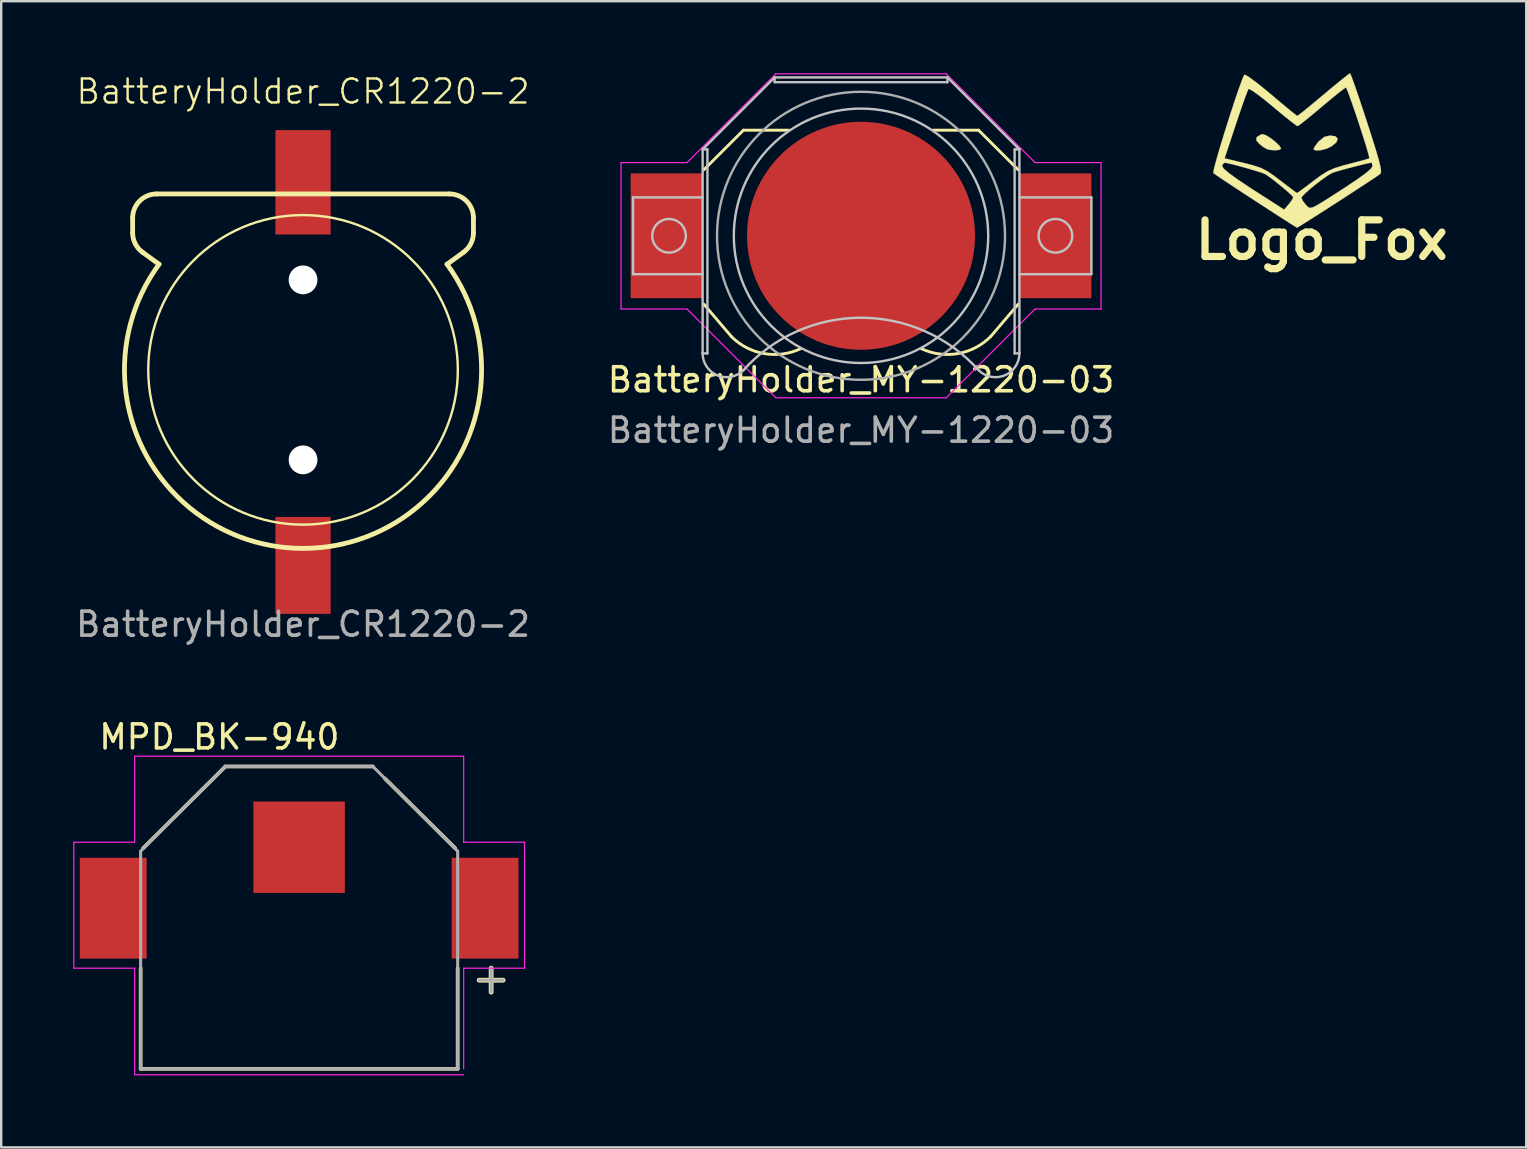
<source format=kicad_pcb>
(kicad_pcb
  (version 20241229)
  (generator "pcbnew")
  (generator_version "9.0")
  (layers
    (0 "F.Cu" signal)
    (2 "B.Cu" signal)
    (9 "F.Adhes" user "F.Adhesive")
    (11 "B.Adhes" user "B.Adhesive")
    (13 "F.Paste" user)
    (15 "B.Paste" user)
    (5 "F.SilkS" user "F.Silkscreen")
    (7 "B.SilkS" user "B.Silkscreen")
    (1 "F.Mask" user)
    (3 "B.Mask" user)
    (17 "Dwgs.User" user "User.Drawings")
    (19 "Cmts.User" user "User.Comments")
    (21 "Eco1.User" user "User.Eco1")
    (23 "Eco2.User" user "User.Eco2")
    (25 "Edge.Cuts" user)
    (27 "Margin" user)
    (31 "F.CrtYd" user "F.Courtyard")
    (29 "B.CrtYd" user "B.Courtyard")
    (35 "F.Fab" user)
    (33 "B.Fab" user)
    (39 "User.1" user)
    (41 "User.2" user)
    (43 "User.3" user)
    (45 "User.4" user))
  (footprint "Logo_Fox"
    (layer "F.Cu")
    (at 52.023 6.946)
    (property "Reference" "Logo_Fox" (at 0 0 0) (layer "F.SilkS") (effects (font (size 1.524 1.524) (thickness 0.3))))
    (attr through_hole)
    (fp_poly (pts (xy 0.576 -4.316) (xy 0.666 -4.214) (xy 0.611 -4.065) (xy 0.408 -3.897) (xy 0.193 -3.798) (xy -0.036 -3.738) (xy -0.228 -3.724) (xy -0.33 -3.765) (xy -0.336 -3.789) (xy -0.285 -3.891) (xy -0.163 -4.059) (xy -0.136 -4.093) (xy 0.106 -4.291) (xy 0.345 -4.347) (xy 0.576 -4.316)) (stroke (width 0.01) (type solid)) (fill yes) (layer "F.SilkS"))
    (fp_poly (pts (xy -2.303 -4.351) (xy -2.104 -4.223) (xy -1.902 -4.061) (xy -1.748 -3.904) (xy -1.693 -3.801) (xy -1.766 -3.751) (xy -1.939 -3.734) (xy -2.149 -3.75) (xy -2.286 -3.785) (xy -2.44 -3.874) (xy -2.602 -4.004) (xy -2.726 -4.151) (xy -2.715 -4.266) (xy -2.698 -4.289) (xy -2.537 -4.388) (xy -2.448 -4.403) (xy -2.303 -4.351)) (stroke (width 0.01) (type solid)) (fill yes) (layer "F.SilkS"))
    (fp_poly (pts (xy 1.218 -6.864) (xy 1.3 -6.647) (xy 1.419 -6.311) (xy 1.566 -5.879) (xy 1.736 -5.371) (xy 1.891 -4.898) (xy 2.098 -4.253) (xy 2.255 -3.751) (xy 2.366 -3.373) (xy 2.435 -3.102) (xy 2.468 -2.919) (xy 2.468 -2.809) (xy 2.441 -2.752) (xy 2.345 -2.683) (xy 2.135 -2.541) (xy 1.834 -2.342) (xy 1.466 -2.101) (xy 1.055 -1.833) (xy 0.625 -1.555) (xy 0.199 -1.281) (xy -0.199 -1.027) (xy -0.545 -0.807) (xy -0.814 -0.638) (xy -0.984 -0.535) (xy -1.032 -0.51) (xy -1.107 -0.555) (xy -1.305 -0.68) (xy -1.604 -0.871) (xy -1.986 -1.117) (xy -2.43 -1.405) (xy -2.747 -1.611) (xy -3.226 -1.923) (xy -3.658 -2.207) (xy -4.024 -2.45) (xy -4.302 -2.637) (xy -4.472 -2.754) (xy -4.514 -2.786) (xy -4.506 -2.88) (xy -4.461 -3.069) (xy -4.148 -3.069) (xy -4.073 -2.959) (xy -3.851 -2.771) (xy -3.483 -2.506) (xy -2.973 -2.166) (xy -2.857 -2.091) (xy -1.566 -1.261) (xy -1.376 -1.482) (xy -1.247 -1.651) (xy -1.193 -1.755) (xy -0.847 -1.755) (xy -0.793 -1.632) (xy -0.666 -1.469) (xy -0.599 -1.397) (xy -0.54 -1.348) (xy -0.468 -1.333) (xy -0.362 -1.361) (xy -0.202 -1.44) (xy 0.031 -1.579) (xy 0.36 -1.787) (xy 0.804 -2.074) (xy 1.001 -2.201) (xy 1.488 -2.526) (xy 1.84 -2.782) (xy 2.05 -2.966) (xy 2.116 -3.069) (xy 2.093 -3.195) (xy 2.067 -3.217) (xy 1.944 -3.196) (xy 1.706 -3.141) (xy 1.399 -3.064) (xy 1.071 -2.978) (xy 0.768 -2.895) (xy 0.539 -2.827) (xy 0.446 -2.794) (xy 0.274 -2.697) (xy 0.038 -2.534) (xy -0.226 -2.334) (xy -0.481 -2.126) (xy -0.692 -1.938) (xy -0.822 -1.801) (xy -0.847 -1.755) (xy -1.193 -1.755) (xy -1.186 -1.768) (xy -1.185 -1.775) (xy -1.247 -1.852) (xy -1.407 -2) (xy -1.63 -2.191) (xy -1.88 -2.394) (xy -2.12 -2.58) (xy -2.314 -2.717) (xy -2.351 -2.741) (xy -2.482 -2.793) (xy -2.729 -2.873) (xy -3.045 -2.967) (xy -3.383 -3.061) (xy -3.695 -3.143) (xy -3.933 -3.199) (xy -4.043 -3.216) (xy -4.132 -3.148) (xy -4.148 -3.069) (xy -4.461 -3.069) (xy -4.452 -3.108) (xy -4.372 -3.398) (xy -4.047 -3.398) (xy -3.23 -3.202) (xy -2.831 -3.099) (xy -2.532 -2.997) (xy -2.274 -2.866) (xy -1.993 -2.677) (xy -1.736 -2.481) (xy -1.449 -2.261) (xy -1.217 -2.086) (xy -1.068 -1.977) (xy -1.03 -1.952) (xy -0.956 -1.998) (xy -0.778 -2.127) (xy -0.528 -2.315) (xy -0.353 -2.449) (xy -0.023 -2.694) (xy 0.249 -2.863) (xy 0.527 -2.986) (xy 0.872 -3.094) (xy 1.129 -3.161) (xy 1.479 -3.252) (xy 1.761 -3.329) (xy 1.939 -3.383) (xy 1.983 -3.401) (xy 1.969 -3.491) (xy 1.91 -3.709) (xy 1.815 -4.024) (xy 1.695 -4.404) (xy 1.56 -4.82) (xy 1.42 -5.24) (xy 1.286 -5.632) (xy 1.167 -5.967) (xy 1.075 -6.213) (xy 1.018 -6.34) (xy 1.009 -6.35) (xy 0.925 -6.298) (xy 0.738 -6.155) (xy 0.472 -5.94) (xy 0.15 -5.672) (xy 0 -5.546) (xy -0.338 -5.262) (xy -0.631 -5.022) (xy -0.856 -4.845) (xy -0.987 -4.751) (xy -1.008 -4.741) (xy -1.091 -4.793) (xy -1.279 -4.936) (xy -1.547 -5.15) (xy -1.87 -5.417) (xy -2.029 -5.55) (xy -2.368 -5.829) (xy -2.664 -6.057) (xy -2.89 -6.217) (xy -3.025 -6.291) (xy -3.049 -6.291) (xy -3.095 -6.192) (xy -3.183 -5.959) (xy -3.304 -5.62) (xy -3.448 -5.202) (xy -3.579 -4.811) (xy -4.047 -3.398) (xy -4.372 -3.398) (xy -4.36 -3.442) (xy -4.239 -3.858) (xy -4.096 -4.327) (xy -3.941 -4.823) (xy -3.782 -5.32) (xy -3.627 -5.791) (xy -3.485 -6.21) (xy -3.363 -6.55) (xy -3.271 -6.784) (xy -3.22 -6.883) (xy -3.138 -6.854) (xy -2.952 -6.73) (xy -2.684 -6.528) (xy -2.356 -6.266) (xy -2.108 -6.059) (xy -1.753 -5.759) (xy -1.444 -5.502) (xy -1.204 -5.307) (xy -1.054 -5.191) (xy -1.016 -5.167) (xy -0.94 -5.218) (xy -0.758 -5.362) (xy -0.492 -5.578) (xy -0.165 -5.85) (xy 0.08 -6.055) (xy 0.436 -6.353) (xy 0.747 -6.608) (xy 0.99 -6.803) (xy 1.141 -6.918) (xy 1.18 -6.941) (xy 1.218 -6.864)) (stroke (width 0.01) (type solid)) (fill yes) (layer "F.SilkS")))
  (footprint "BatteryHolder_MY-1220-03"
    (layer "F.Cu")
    (at 32.827 6.775)
    (property "Reference" "BatteryHolder_MY-1220-03" (at 0 6 0) (layer "F.SilkS") (effects (font (size 1 1) (thickness 0.15))))
    (attr smd)
    (fp_line (start -6.55 -2.75) (end -4.9 -4.4) (stroke (width 0.12) (type solid)) (layer "F.SilkS"))
    (fp_line (start -6.55 2.85) (end -5.4 4.2) (stroke (width 0.12) (type solid)) (layer "F.SilkS"))
    (fp_line (start -4.9 -4.4) (end -3 -4.4) (stroke (width 0.12) (type solid)) (layer "F.SilkS"))
    (fp_line (start 4.9 -4.4) (end 3 -4.4) (stroke (width 0.12) (type solid)) (layer "F.SilkS"))
    (fp_line (start 4.9 -4.4) (end 6.55 -2.75) (stroke (width 0.12) (type solid)) (layer "F.SilkS"))
    (fp_line (start 6.55 2.85) (end 5.4 4.2) (stroke (width 0.12) (type solid)) (layer "F.SilkS"))
    (fp_arc (start -2.504098 4.697607) (mid -4.031094 4.908816) (end -5.4 4.2) (stroke (width 0.12) (type solid)) (layer "F.SilkS"))
    (fp_arc (start 5.4 4.2) (mid 4.029781 4.909041) (end 2.501694 4.696459) (stroke (width 0.12) (type solid)) (layer "F.SilkS"))
    (fp_line (start -9.5 -1.6) (end -9.5 1.6) (stroke (width 0.1) (type default)) (layer "Dwgs.User"))
    (fp_line (start -9.5 -1.6) (end -6.6 -1.6) (stroke (width 0.1) (type default)) (layer "Dwgs.User"))
    (fp_line (start -9.5 1.6) (end -6.6 1.6) (stroke (width 0.1) (type default)) (layer "Dwgs.User"))
    (fp_line (start -6.6 -3.6) (end -6.6 4.9) (stroke (width 0.1) (type default)) (layer "Dwgs.User"))
    (fp_line (start -6.6 -3.6) (end -6.4 -3.6) (stroke (width 0.1) (type default)) (layer "Dwgs.User"))
    (fp_line (start -6.6 -3.6) (end -3.6 -6.6) (stroke (width 0.1) (type default)) (layer "Dwgs.User"))
    (fp_line (start -6.4 -3.6) (end -6.4 4.9) (stroke (width 0.1) (type default)) (layer "Dwgs.User"))
    (fp_line (start -6.4 4.9) (end -6.6 4.9) (stroke (width 0.1) (type default)) (layer "Dwgs.User"))
    (fp_line (start -3.6 -6.6) (end -3.6 -6.4) (stroke (width 0.1) (type default)) (layer "Dwgs.User"))
    (fp_line (start -3.6 -6.6) (end 3.6 -6.6) (stroke (width 0.1) (type default)) (layer "Dwgs.User"))
    (fp_line (start -3.6 -6.4) (end 3.6 -6.4) (stroke (width 0.1) (type default)) (layer "Dwgs.User"))
    (fp_line (start 3.6 -6.6) (end 6.6 -3.6) (stroke (width 0.1) (type default)) (layer "Dwgs.User"))
    (fp_line (start 3.6 -6.4) (end 3.6 -6.6) (stroke (width 0.1) (type default)) (layer "Dwgs.User"))
    (fp_line (start 6.4 -3.6) (end 6.4 4.9) (stroke (width 0.1) (type default)) (layer "Dwgs.User"))
    (fp_line (start 6.4 -3.6) (end 6.6 -3.6) (stroke (width 0.1) (type default)) (layer "Dwgs.User"))
    (fp_line (start 6.4 4.9) (end 6.6 4.9) (stroke (width 0.1) (type default)) (layer "Dwgs.User"))
    (fp_line (start 6.6 -3.6) (end 6.6 4.9) (stroke (width 0.1) (type default)) (layer "Dwgs.User"))
    (fp_line (start 6.6 -1.6) (end 9.6 -1.6) (stroke (width 0.1) (type default)) (layer "Dwgs.User"))
    (fp_line (start 9.6 -1.6) (end 9.6 1.6) (stroke (width 0.1) (type default)) (layer "Dwgs.User"))
    (fp_line (start 9.6 1.6) (end 6.6 1.6) (stroke (width 0.1) (type default)) (layer "Dwgs.User"))
    (fp_arc (start -4.9 5.6) (mid -5.983862 5.817951) (end -6.6 4.9) (stroke (width 0.1) (type default)) (layer "Dwgs.User"))
    (fp_arc (start -4.9 5.6) (mid 0 3.41441) (end 4.9 5.6) (stroke (width 0.1) (type default)) (layer "Dwgs.User"))
    (fp_arc (start 6.6 4.9) (mid 5.983862 5.817951) (end 4.9 5.6) (stroke (width 0.1) (type default)) (layer "Dwgs.User"))
    (fp_circle (center -8 0) (end -8 0.7) (stroke (width 0.1) (type default)) (fill no) (layer "Dwgs.User"))
    (fp_circle (center 0 0) (end 5.3 0) (stroke (width 0.1) (type default)) (fill no) (layer "Dwgs.User"))
    (fp_circle (center 8.1 0) (end 8.1 0.7) (stroke (width 0.1) (type default)) (fill no) (layer "Dwgs.User"))
    (fp_line (start -10 -3.05) (end -7.25 -3.05) (stroke (width 0.05) (type solid)) (layer "F.CrtYd"))
    (fp_line (start -10 3.05) (end -10 -3.05) (stroke (width 0.05) (type solid)) (layer "F.CrtYd"))
    (fp_line (start -10 3.05) (end -7.25 3.05) (stroke (width 0.05) (type solid)) (layer "F.CrtYd"))
    (fp_line (start -7.25 -3.05) (end -3.55 -6.75) (stroke (width 0.05) (type solid)) (layer "F.CrtYd"))
    (fp_line (start -3.55 -6.75) (end 3.55 -6.75) (stroke (width 0.05) (type solid)) (layer "F.CrtYd"))
    (fp_line (start -3.55 6.75) (end -7.25 3.05) (stroke (width 0.05) (type solid)) (layer "F.CrtYd"))
    (fp_line (start -3.55 6.75) (end 3.55 6.75) (stroke (width 0.05) (type solid)) (layer "F.CrtYd"))
    (fp_line (start 3.55 -6.75) (end 7.25 -3.05) (stroke (width 0.05) (type solid)) (layer "F.CrtYd"))
    (fp_line (start 3.55 6.75) (end 7.25 3.05) (stroke (width 0.05) (type solid)) (layer "F.CrtYd"))
    (fp_line (start 7.25 -3.05) (end 10 -3.05) (stroke (width 0.05) (type solid)) (layer "F.CrtYd"))
    (fp_line (start 10 -3.05) (end 10 3.05) (stroke (width 0.05) (type solid)) (layer "F.CrtYd"))
    (fp_line (start 10 3.05) (end 7.25 3.05) (stroke (width 0.05) (type solid)) (layer "F.CrtYd"))
    (fp_circle (center 0 0) (end 6 0) (stroke (width 0.1) (type solid)) (fill no) (layer "F.Fab"))
    (fp_text user "${REFERENCE}" (at 0 8.1 0) (layer "F.Fab") (effects (font (size 1 1) (thickness 0.15))))
    (pad "1" smd rect (at -8.1 0) (size 3 5.2) (layers "F.Cu" "F.Mask" "F.Paste"))
    (pad "1" smd rect (at 8.1 0) (size 3 5.2) (layers "F.Cu" "F.Mask" "F.Paste"))
    (pad "2" smd circle (at 0 0) (size 9.5 9.5) (layers "F.Cu" "F.Mask")))
  (footprint "MPD_BK-940"
    (layer "F.Cu")
    (at 9.415 34.792)
    (property "Reference" "MPD_BK-940" (at -3.325 -7.135 0) (layer "F.SilkS") (effects (font (size 1 1) (thickness 0.15))))
    (attr smd)
    (fp_line (start -6.605 2.5) (end -6.605 6.693) (stroke (width 0.153) (type solid)) (layer "F.SilkS"))
    (fp_line (start -6.605 6.693) (end 6.605 6.693) (stroke (width 0.153) (type solid)) (layer "F.SilkS"))
    (fp_line (start -3.073 -5.905) (end -6.5 -2.5) (stroke (width 0.153) (type solid)) (layer "F.SilkS"))
    (fp_line (start -3.073 -5.905) (end 3.073 -5.905) (stroke (width 0.153) (type solid)) (layer "F.SilkS"))
    (fp_line (start 3.573 -5.405) (end 6.5 -2.5) (stroke (width 0.153) (type solid)) (layer "F.SilkS"))
    (fp_line (start 6.605 2.5) (end 6.605 6.693) (stroke (width 0.153) (type solid)) (layer "F.SilkS"))
    (fp_line (start 7.5 3) (end 8.5 3) (stroke (width 0.2) (type solid)) (layer "F.SilkS"))
    (fp_line (start 8 2.5) (end 8 3.5) (stroke (width 0.2) (type solid)) (layer "F.SilkS"))
    (fp_line (start -9.39 -2.75) (end -9.39 2.5) (stroke (width 0.05) (type solid)) (layer "F.CrtYd"))
    (fp_line (start -9.39 -2.75) (end -6.855 -2.75) (stroke (width 0.05) (type solid)) (layer "F.CrtYd"))
    (fp_line (start -6.855 -6.333) (end 6.855 -6.333) (stroke (width 0.05) (type solid)) (layer "F.CrtYd"))
    (fp_line (start -6.855 -2.75) (end -6.855 -6.333) (stroke (width 0.05) (type solid)) (layer "F.CrtYd"))
    (fp_line (start -6.855 2.5) (end -9.39 2.5) (stroke (width 0.05) (type solid)) (layer "F.CrtYd"))
    (fp_line (start -6.855 6.943) (end -6.855 2.5) (stroke (width 0.05) (type solid)) (layer "F.CrtYd"))
    (fp_line (start 6.855 -6.333) (end 6.855 -2.75) (stroke (width 0.05) (type solid)) (layer "F.CrtYd"))
    (fp_line (start 6.855 -2.75) (end 9.39 -2.75) (stroke (width 0.05) (type solid)) (layer "F.CrtYd"))
    (fp_line (start 6.855 2.5) (end 9.39 2.5) (stroke (width 0.05) (type solid)) (layer "F.CrtYd"))
    (fp_line (start 6.855 6.693) (end 6.855 2.5) (stroke (width 0.05) (type solid)) (layer "F.CrtYd"))
    (fp_line (start 6.855 6.943) (end -6.855 6.943) (stroke (width 0.05) (type solid)) (layer "F.CrtYd"))
    (fp_line (start 9.39 -2.75) (end 9.39 2.5) (stroke (width 0.05) (type solid)) (layer "F.CrtYd"))
    (fp_line (start -6.605 -2.374) (end -6.605 6.693) (stroke (width 0.127) (type solid)) (layer "F.Fab"))
    (fp_line (start -6.605 6.693) (end 6.605 6.693) (stroke (width 0.127) (type solid)) (layer "F.Fab"))
    (fp_line (start -3.073 -5.905) (end -6.605 -2.374) (stroke (width 0.127) (type solid)) (layer "F.Fab"))
    (fp_line (start -3.073 -5.905) (end 3.073 -5.905) (stroke (width 0.127) (type solid)) (layer "F.Fab"))
    (fp_line (start 3.073 -5.905) (end 6.605 -2.374) (stroke (width 0.127) (type solid)) (layer "F.Fab"))
    (fp_line (start 6.605 -2.374) (end 6.605 6.693) (stroke (width 0.127) (type solid)) (layer "F.Fab"))
    (fp_line (start 7.5 3) (end 8.5 3) (stroke (width 0.127) (type solid)) (layer "F.Fab"))
    (fp_line (start 8 2.5) (end 8 3.5) (stroke (width 0.127) (type solid)) (layer "F.Fab"))
    (pad "N" smd rect (at 0 -2.54) (size 3.81 3.81) (layers "F.Cu" "F.Mask"))
    (pad "P1" smd rect (at -7.747 0) (size 2.785 4.2) (layers "F.Cu" "F.Mask" "F.Paste"))
    (pad "P2" smd rect (at 7.747 0) (size 2.785 4.2) (layers "F.Cu" "F.Mask" "F.Paste")))
  (footprint "BatteryHolder_CR1220-2"
    (layer "F.Cu")
    (at 9.577 12.361)
    (property "Reference" "BatteryHolder_CR1220-2" (at 0 -11.6 0) (unlocked yes) (layer "F.SilkS") (effects (font (size 1 1) (thickness 0.1))))
    (attr smd)
    (fp_line (start -7.1 -6.33) (end -7.1 -5.709) (stroke (width 0.2) (type default)) (layer "F.SilkS"))
    (fp_line (start -6.688 -4.9) (end -6 -4.4) (stroke (width 0.2) (type default)) (layer "F.SilkS"))
    (fp_line (start -6.1 -7.33) (end 6.1 -7.33) (stroke (width 0.2) (type default)) (layer "F.SilkS"))
    (fp_line (start 6.688 -4.9) (end 6 -4.4) (stroke (width 0.2) (type default)) (layer "F.SilkS"))
    (fp_line (start 7.1 -6.33) (end 7.1 -5.709) (stroke (width 0.2) (type default)) (layer "F.SilkS"))
    (fp_arc (start -7.1 -6.33) (mid -6.807107 -7.037107) (end -6.1 -7.33) (stroke (width 0.2) (type default)) (layer "F.SilkS"))
    (fp_arc (start -6.688172 -4.900489) (mid -6.991115 -5.255447) (end -7.1 -5.709225) (stroke (width 0.2) (type default)) (layer "F.SilkS"))
    (fp_arc (start 6 -4.4) (mid 0 7.44043) (end -6 -4.4) (stroke (width 0.2) (type default)) (layer "F.SilkS"))
    (fp_arc (start 6.1 -7.33) (mid 6.807107 -7.037107) (end 7.1 -6.33) (stroke (width 0.2) (type default)) (layer "F.SilkS"))
    (fp_arc (start 7.1 -5.709225) (mid 6.991115 -5.255447) (end 6.688172 -4.900489) (stroke (width 0.2) (type default)) (layer "F.SilkS"))
    (fp_circle (center 0 0) (end 6.45 0) (stroke (width 0.1) (type default)) (fill no) (layer "F.SilkS"))
    (fp_text user "${REFERENCE}" (at 0 10.6 0) (unlocked yes) (layer "F.Fab") (effects (font (size 1 1) (thickness 0.15))))
    (pad "" np_thru_hole circle (at 0 -3.75) (size 1.2 1.2) (drill 1.2) (layers "*.Cu" "*.Mask"))
    (pad "" np_thru_hole circle (at 0 3.75) (size 1.2 1.2) (drill 1.2) (layers "*.Cu" "*.Mask"))
    (pad "1" smd rect (at 0 8.15) (size 2.3 4.04) (layers "F.Cu" "F.Mask" "F.Paste"))
    (pad "2" smd rect (at 0 -7.815) (size 2.3 4.35) (layers "F.Cu" "F.Mask" "F.Paste")))
  (gr_rect
    (start -3 -3)
    (end 60.545 44.76)
    (stroke (width 0.1) (type default))
    (fill no)
    (layer "Edge.Cuts")))
</source>
